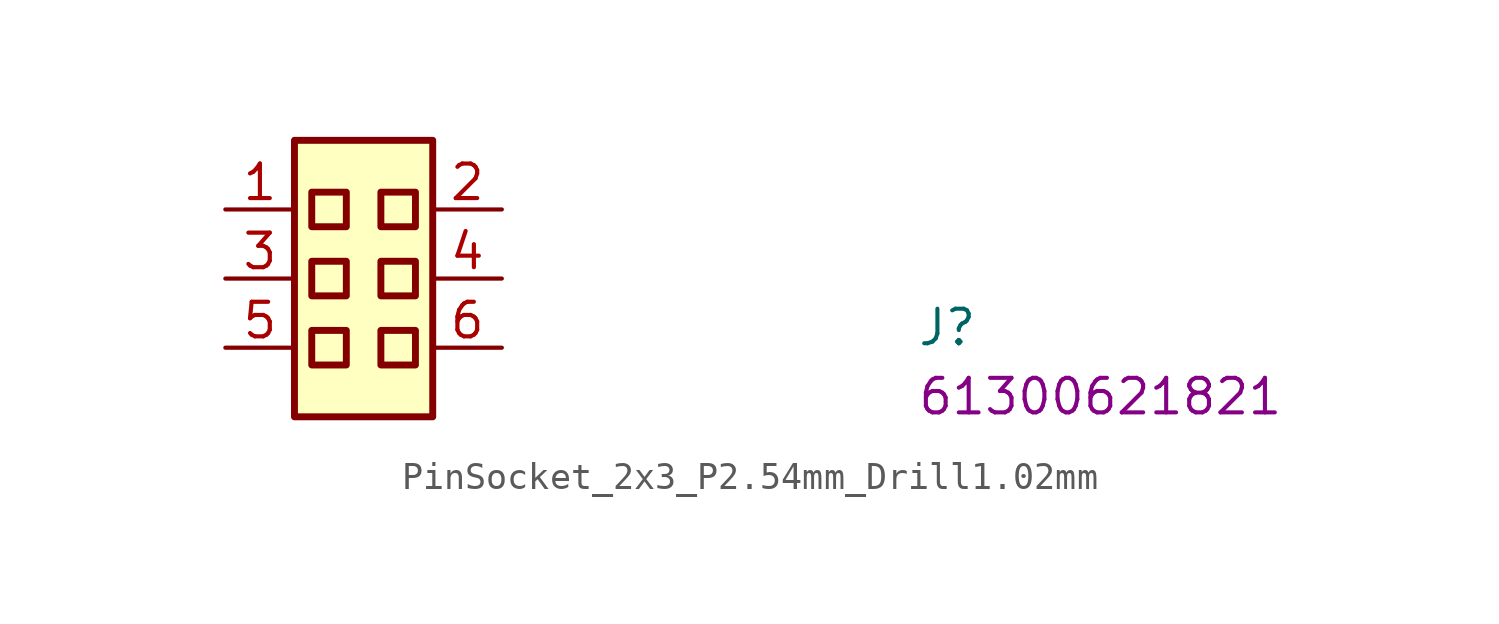
<source format=kicad_sym>
(kicad_symbol_lib
  (version 20220914)
  (generator kicad_symbol_editor)
  (symbol "PinSocket_2x3_P2.54mm_Drill1.02mm"
    (property "Reference" "J"
      (at 25.4 -5.08 0)
      (effects (font (size 1.27 1.27) (thickness 0.15)) (justify left bottom)))
    (property "MPN" "61300621821"
      (at 25.4 -7.62 0)
      (effects (font (size 1.27 1.27) (thickness 0.15)) (justify left bottom)))
    (symbol "PinSocket_2x3_P2.54mm_Drill1.02mm_1_1"
      (rectangle (start 2.54 2.54) (end 7.62 -7.62) (stroke (width 0.254) (type default)) (fill (type background)))
      (rectangle (start 3.175 -4.445) (end 4.445 -5.715) (stroke (width 0.254) (type default)) (fill (type background)))
      (rectangle (start 3.175 -1.905) (end 4.445 -3.175) (stroke (width 0.254) (type default)) (fill (type background)))
      (rectangle (start 3.175 0.635) (end 4.445 -0.635) (stroke (width 0.254) (type default)) (fill (type background)))
      (rectangle (start 5.715 -4.445) (end 6.985 -5.715) (stroke (width 0.254) (type default)) (fill (type background)))
      (rectangle (start 5.715 -1.905) (end 6.985 -3.175) (stroke (width 0.254) (type default)) (fill (type background)))
      (rectangle (start 5.715 0.635) (end 6.985 -0.635) (stroke (width 0.254) (type default)) (fill (type background)))
      (pin passive line (at 0 0 0) (length 2.54) (name "~" (effects (font (size 1.27 1.27)))) (number "1" (effects (font (size 1.27 1.27)))))
      (pin passive line (at 10.16 0 180) (length 2.54) (name "~" (effects (font (size 1.27 1.27)))) (number "2" (effects (font (size 1.27 1.27)))))
      (pin passive line (at 0 -2.54 0) (length 2.54) (name "~" (effects (font (size 1.27 1.27)))) (number "3" (effects (font (size 1.27 1.27)))))
      (pin passive line (at 10.16 -2.54 180) (length 2.54) (name "~" (effects (font (size 1.27 1.27)))) (number "4" (effects (font (size 1.27 1.27)))))
      (pin passive line (at 0 -5.08 0) (length 2.54) (name "~" (effects (font (size 1.27 1.27)))) (number "5" (effects (font (size 1.27 1.27)))))
      (pin passive line (at 10.16 -5.08 180) (length 2.54) (name "~" (effects (font (size 1.27 1.27)))) (number "6" (effects (font (size 1.27 1.27))))))))
</source>
